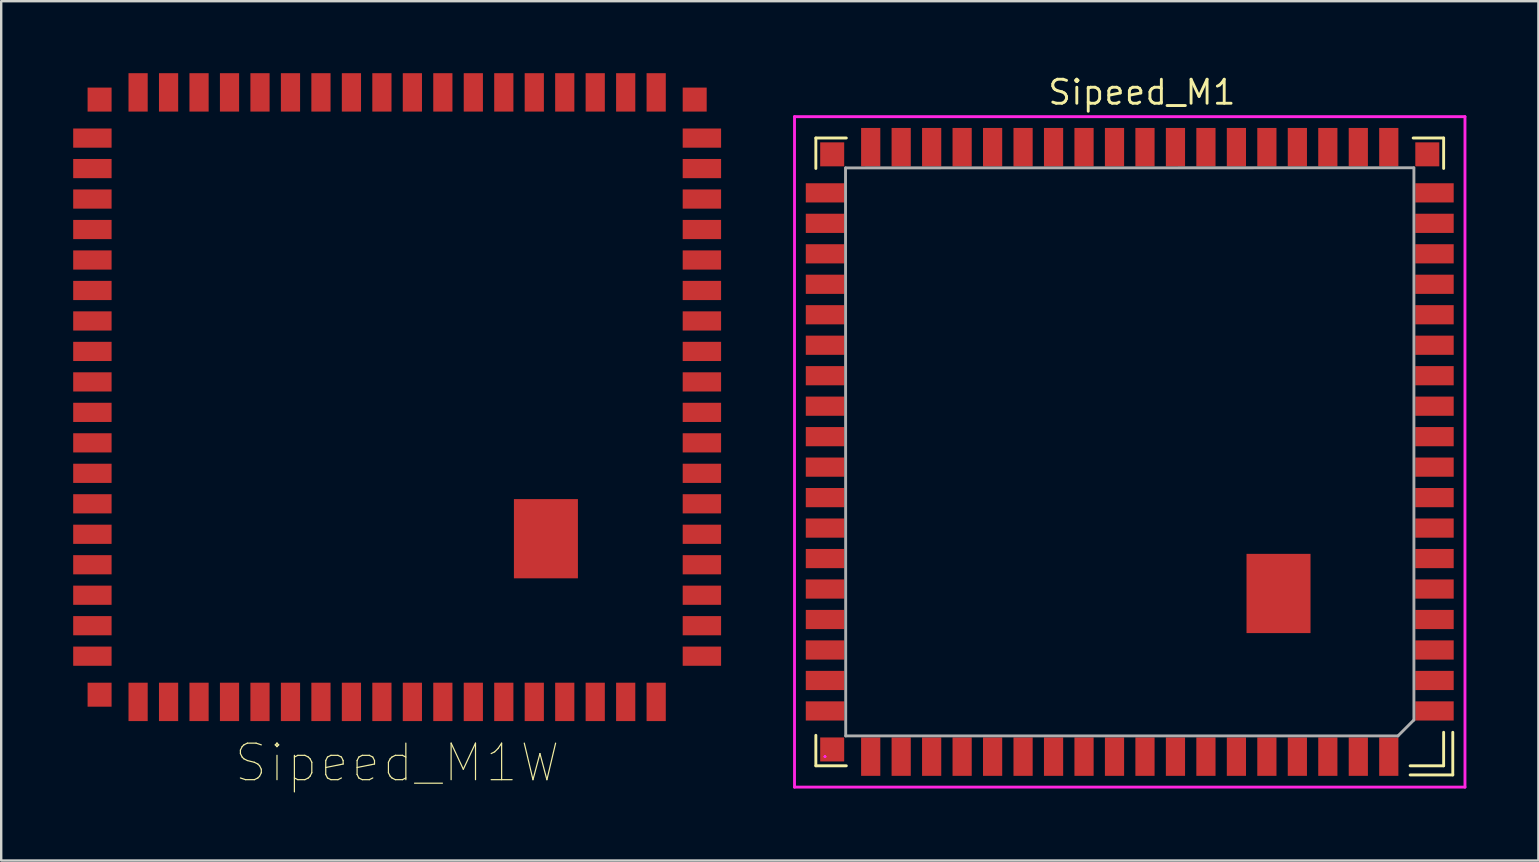
<source format=kicad_pcb>
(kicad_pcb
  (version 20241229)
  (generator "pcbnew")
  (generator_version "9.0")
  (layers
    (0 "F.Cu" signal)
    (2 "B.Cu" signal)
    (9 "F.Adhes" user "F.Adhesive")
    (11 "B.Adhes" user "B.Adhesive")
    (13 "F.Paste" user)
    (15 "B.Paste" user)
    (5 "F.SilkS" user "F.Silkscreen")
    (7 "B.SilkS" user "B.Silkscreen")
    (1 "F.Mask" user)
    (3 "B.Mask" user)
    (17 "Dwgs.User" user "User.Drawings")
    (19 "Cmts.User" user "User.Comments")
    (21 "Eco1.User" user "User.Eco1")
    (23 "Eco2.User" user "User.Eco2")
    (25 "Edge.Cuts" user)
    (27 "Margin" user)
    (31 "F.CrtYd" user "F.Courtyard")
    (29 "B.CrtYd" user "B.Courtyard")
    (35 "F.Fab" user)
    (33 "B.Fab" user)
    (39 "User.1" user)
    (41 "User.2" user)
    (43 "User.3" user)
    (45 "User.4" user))
  (footprint "Sipeed_M1"
    (layer "F.Cu")
    (at 31.33 28.482)
    (property "Reference" "Sipeed_M1" (at 13.208 -27.686 0) (layer "F.SilkS") (effects (font (size 1 1) (thickness 0.12))))
    (attr smd)
    (fp_line (start -0.381 -25.781) (end -0.381 -24.511) (stroke (width 0.12) (type solid)) (layer "F.SilkS"))
    (fp_line (start -0.381 -25.781) (end 0.889 -25.781) (stroke (width 0.12) (type solid)) (layer "F.SilkS"))
    (fp_line (start -0.381 0.381) (end -0.381 -0.889) (stroke (width 0.12) (type solid)) (layer "F.SilkS"))
    (fp_line (start -0.381 0.381) (end 0.889 0.381) (stroke (width 0.12) (type solid)) (layer "F.SilkS"))
    (fp_line (start 25.781 -25.781) (end 24.511 -25.781) (stroke (width 0.12) (type solid)) (layer "F.SilkS"))
    (fp_line (start 25.781 -25.781) (end 25.781 -24.511) (stroke (width 0.12) (type solid)) (layer "F.SilkS"))
    (fp_line (start 25.781 0.381) (end 24.384 0.381) (stroke (width 0.12) (type solid)) (layer "F.SilkS"))
    (fp_line (start 25.781 0.381) (end 25.781 -1.016) (stroke (width 0.12) (type solid)) (layer "F.SilkS"))
    (fp_line (start 26.162 0.762) (end 24.384 0.762) (stroke (width 0.12) (type solid)) (layer "F.SilkS"))
    (fp_line (start 26.162 0.762) (end 26.162 -1.016) (stroke (width 0.12) (type solid)) (layer "F.SilkS"))
    (fp_line (start -1.27 -26.67) (end 26.67 -26.67) (stroke (width 0.12) (type solid)) (layer "F.CrtYd"))
    (fp_line (start -1.27 1.27) (end -1.27 -26.67) (stroke (width 0.12) (type solid)) (layer "F.CrtYd"))
    (fp_line (start 0 0) (end 0 0) (stroke (width 0.1) (type solid)) (layer "F.CrtYd"))
    (fp_line (start 0 0) (end 0 0) (stroke (width 0.1) (type solid)) (layer "F.CrtYd"))
    (fp_line (start 0 0) (end 0 0) (stroke (width 0.1) (type solid)) (layer "F.CrtYd"))
    (fp_line (start 0 0) (end 0 0) (stroke (width 0.1) (type solid)) (layer "F.CrtYd"))
    (fp_line (start 0 0) (end 0 0) (stroke (width 0.1) (type solid)) (layer "F.CrtYd"))
    (fp_line (start 0 0) (end 0 0) (stroke (width 0.1) (type solid)) (layer "F.CrtYd"))
    (fp_line (start 0 0) (end 0 0) (stroke (width 0.1) (type solid)) (layer "F.CrtYd"))
    (fp_line (start 0 0) (end 0 0) (stroke (width 0.1) (type solid)) (layer "F.CrtYd"))
    (fp_line (start 26.67 -26.67) (end 26.67 1.27) (stroke (width 0.12) (type solid)) (layer "F.CrtYd"))
    (fp_line (start 26.67 1.27) (end -1.27 1.27) (stroke (width 0.12) (type solid)) (layer "F.CrtYd"))
    (fp_line (start 0.864 -24.536) (end 24.536 -24.541) (stroke (width 0.12) (type solid)) (layer "F.Fab"))
    (fp_line (start 0.864 -0.864) (end 0.856 -24.536) (stroke (width 0.12) (type solid)) (layer "F.Fab"))
    (fp_line (start 23.876 -0.864) (end 0.864 -0.864) (stroke (width 0.12) (type solid)) (layer "F.Fab"))
    (fp_line (start 24.536 -1.524) (end 23.876 -0.864) (stroke (width 0.12) (type solid)) (layer "F.Fab"))
    (fp_line (start 24.542 -24.536) (end 24.542 -1.524) (stroke (width 0.12) (type solid)) (layer "F.Fab"))
    (pad "0" smd rect (at 0.3 -25.1 270) (size 1 1) (layers "F.Cu" "F.Mask" "F.Paste"))
    (pad "0" smd rect (at 0.3 -0.3 270) (size 1 1) (layers "F.Cu" "F.Mask" "F.Paste"))
    (pad "0" smd rect (at 18.9 -6.8 270) (size 3.302 2.667) (layers "F.Cu" "F.Mask" "F.Paste"))
    (pad "0" smd rect (at 25.1 -25.1 270) (size 1 1) (layers "F.Cu" "F.Mask" "F.Paste"))
    (pad "1" smd rect (at 25.4 -1.905 270) (size 0.8 1.6) (layers "F.Cu" "F.Mask" "F.Paste"))
    (pad "2" smd rect (at 25.4 -3.175 270) (size 0.8 1.6) (layers "F.Cu" "F.Mask" "F.Paste"))
    (pad "3" smd rect (at 25.4 -4.445 270) (size 0.8 1.6) (layers "F.Cu" "F.Mask" "F.Paste"))
    (pad "4" smd rect (at 25.4 -5.715 270) (size 0.8 1.6) (layers "F.Cu" "F.Mask" "F.Paste"))
    (pad "5" smd rect (at 25.4 -6.985 270) (size 0.8 1.6) (layers "F.Cu" "F.Mask" "F.Paste"))
    (pad "6" smd rect (at 25.4 -8.255 270) (size 0.8 1.6) (layers "F.Cu" "F.Mask" "F.Paste"))
    (pad "7" smd rect (at 25.4 -9.525 270) (size 0.8 1.6) (layers "F.Cu" "F.Mask" "F.Paste"))
    (pad "8" smd rect (at 25.4 -10.795 270) (size 0.8 1.6) (layers "F.Cu" "F.Mask" "F.Paste"))
    (pad "9" smd rect (at 25.4 -12.065 270) (size 0.8 1.6) (layers "F.Cu" "F.Mask" "F.Paste"))
    (pad "10" smd rect (at 25.4 -13.335 270) (size 0.8 1.6) (layers "F.Cu" "F.Mask" "F.Paste"))
    (pad "11" smd rect (at 25.4 -14.605 270) (size 0.8 1.6) (layers "F.Cu" "F.Mask" "F.Paste"))
    (pad "12" smd rect (at 25.4 -15.875 270) (size 0.8 1.6) (layers "F.Cu" "F.Mask" "F.Paste"))
    (pad "13" smd rect (at 25.4 -17.145 270) (size 0.8 1.6) (layers "F.Cu" "F.Mask" "F.Paste"))
    (pad "14" smd rect (at 25.4 -18.415 270) (size 0.8 1.6) (layers "F.Cu" "F.Mask" "F.Paste"))
    (pad "15" smd rect (at 25.4 -19.685 270) (size 0.8 1.6) (layers "F.Cu" "F.Mask" "F.Paste"))
    (pad "16" smd rect (at 25.4 -20.955 270) (size 0.8 1.6) (layers "F.Cu" "F.Mask" "F.Paste"))
    (pad "17" smd rect (at 25.4 -22.225 270) (size 0.8 1.6) (layers "F.Cu" "F.Mask" "F.Paste"))
    (pad "18" smd rect (at 25.4 -23.495 270) (size 0.8 1.6) (layers "F.Cu" "F.Mask" "F.Paste"))
    (pad "19" smd rect (at 23.495 -25.4) (size 0.8 1.6) (layers "F.Cu" "F.Mask" "F.Paste"))
    (pad "20" smd rect (at 22.225 -25.4) (size 0.8 1.6) (layers "F.Cu" "F.Mask" "F.Paste"))
    (pad "21" smd rect (at 20.955 -25.4) (size 0.8 1.6) (layers "F.Cu" "F.Mask" "F.Paste"))
    (pad "22" smd rect (at 19.685 -25.4) (size 0.8 1.6) (layers "F.Cu" "F.Mask" "F.Paste"))
    (pad "23" smd rect (at 18.415 -25.4) (size 0.8 1.6) (layers "F.Cu" "F.Mask" "F.Paste"))
    (pad "24" smd rect (at 17.145 -25.4) (size 0.8 1.6) (layers "F.Cu" "F.Mask" "F.Paste"))
    (pad "25" smd rect (at 15.875 -25.4) (size 0.8 1.6) (layers "F.Cu" "F.Mask" "F.Paste"))
    (pad "26" smd rect (at 14.605 -25.4) (size 0.8 1.6) (layers "F.Cu" "F.Mask" "F.Paste"))
    (pad "27" smd rect (at 13.335 -25.4) (size 0.8 1.6) (layers "F.Cu" "F.Mask" "F.Paste"))
    (pad "28" smd rect (at 12.065 -25.4) (size 0.8 1.6) (layers "F.Cu" "F.Mask" "F.Paste"))
    (pad "29" smd rect (at 10.795 -25.4) (size 0.8 1.6) (layers "F.Cu" "F.Mask" "F.Paste"))
    (pad "30" smd rect (at 9.525 -25.4) (size 0.8 1.6) (layers "F.Cu" "F.Mask" "F.Paste"))
    (pad "31" smd rect (at 8.255 -25.4) (size 0.8 1.6) (layers "F.Cu" "F.Mask" "F.Paste"))
    (pad "32" smd rect (at 6.985 -25.4) (size 0.8 1.6) (layers "F.Cu" "F.Mask" "F.Paste"))
    (pad "33" smd rect (at 5.715 -25.4) (size 0.8 1.6) (layers "F.Cu" "F.Mask" "F.Paste"))
    (pad "34" smd rect (at 4.445 -25.4) (size 0.8 1.6) (layers "F.Cu" "F.Mask" "F.Paste"))
    (pad "35" smd rect (at 3.175 -25.4) (size 0.8 1.6) (layers "F.Cu" "F.Mask" "F.Paste"))
    (pad "36" smd rect (at 1.905 -25.4) (size 0.8 1.6) (layers "F.Cu" "F.Mask" "F.Paste"))
    (pad "37" smd rect (at 0 -23.495 270) (size 0.8 1.6) (layers "F.Cu" "F.Mask" "F.Paste"))
    (pad "38" smd rect (at 0 -22.225 270) (size 0.8 1.6) (layers "F.Cu" "F.Mask" "F.Paste"))
    (pad "39" smd rect (at 0 -20.955 270) (size 0.8 1.6) (layers "F.Cu" "F.Mask" "F.Paste"))
    (pad "40" smd rect (at 0 -19.685 270) (size 0.8 1.6) (layers "F.Cu" "F.Mask" "F.Paste"))
    (pad "41" smd rect (at 0 -18.415 270) (size 0.8 1.6) (layers "F.Cu" "F.Mask" "F.Paste"))
    (pad "42" smd rect (at 0 -17.145 270) (size 0.8 1.6) (layers "F.Cu" "F.Mask" "F.Paste"))
    (pad "43" smd rect (at 0 -15.875 270) (size 0.8 1.6) (layers "F.Cu" "F.Mask" "F.Paste"))
    (pad "44" smd rect (at 0 -14.605 270) (size 0.8 1.6) (layers "F.Cu" "F.Mask" "F.Paste"))
    (pad "45" smd rect (at 0 -13.335 270) (size 0.8 1.6) (layers "F.Cu" "F.Mask" "F.Paste"))
    (pad "46" smd rect (at 0 -12.065 270) (size 0.8 1.6) (layers "F.Cu" "F.Mask" "F.Paste"))
    (pad "47" smd rect (at 0 -10.795 270) (size 0.8 1.6) (layers "F.Cu" "F.Mask" "F.Paste"))
    (pad "48" smd rect (at 0 -9.525 270) (size 0.8 1.6) (layers "F.Cu" "F.Mask" "F.Paste"))
    (pad "49" smd rect (at 0 -8.255 270) (size 0.8 1.6) (layers "F.Cu" "F.Mask" "F.Paste"))
    (pad "50" smd rect (at 0 -6.985 270) (size 0.8 1.6) (layers "F.Cu" "F.Mask" "F.Paste"))
    (pad "51" smd rect (at 0 -5.715 270) (size 0.8 1.6) (layers "F.Cu" "F.Mask" "F.Paste"))
    (pad "52" smd rect (at 0 -4.445 270) (size 0.8 1.6) (layers "F.Cu" "F.Mask" "F.Paste"))
    (pad "53" smd rect (at 0 -3.175 270) (size 0.8 1.6) (layers "F.Cu" "F.Mask" "F.Paste"))
    (pad "54" smd rect (at 0 -1.905 270) (size 0.8 1.6) (layers "F.Cu" "F.Mask" "F.Paste"))
    (pad "55" smd rect (at 1.905 0) (size 0.8 1.6) (layers "F.Cu" "F.Mask" "F.Paste"))
    (pad "56" smd rect (at 3.175 0) (size 0.8 1.6) (layers "F.Cu" "F.Mask" "F.Paste"))
    (pad "57" smd rect (at 4.445 0) (size 0.8 1.6) (layers "F.Cu" "F.Mask" "F.Paste"))
    (pad "58" smd rect (at 5.715 0) (size 0.8 1.6) (layers "F.Cu" "F.Mask" "F.Paste"))
    (pad "59" smd rect (at 6.985 0) (size 0.8 1.6) (layers "F.Cu" "F.Mask" "F.Paste"))
    (pad "60" smd rect (at 8.255 0) (size 0.8 1.6) (layers "F.Cu" "F.Mask" "F.Paste"))
    (pad "61" smd rect (at 9.525 0) (size 0.8 1.6) (layers "F.Cu" "F.Mask" "F.Paste"))
    (pad "62" smd rect (at 10.795 0) (size 0.8 1.6) (layers "F.Cu" "F.Mask" "F.Paste"))
    (pad "63" smd rect (at 12.065 0) (size 0.8 1.6) (layers "F.Cu" "F.Mask" "F.Paste"))
    (pad "64" smd rect (at 13.335 0) (size 0.8 1.6) (layers "F.Cu" "F.Mask" "F.Paste"))
    (pad "65" smd rect (at 14.605 0) (size 0.8 1.6) (layers "F.Cu" "F.Mask" "F.Paste"))
    (pad "66" smd rect (at 15.875 0) (size 0.8 1.6) (layers "F.Cu" "F.Mask" "F.Paste"))
    (pad "67" smd rect (at 17.145 0) (size 0.8 1.6) (layers "F.Cu" "F.Mask" "F.Paste"))
    (pad "68" smd rect (at 18.415 0) (size 0.8 1.6) (layers "F.Cu" "F.Mask" "F.Paste"))
    (pad "69" smd rect (at 19.685 0) (size 0.8 1.6) (layers "F.Cu" "F.Mask" "F.Paste"))
    (pad "70" smd rect (at 20.955 0) (size 0.8 1.6) (layers "F.Cu" "F.Mask" "F.Paste"))
    (pad "71" smd rect (at 22.225 0) (size 0.8 1.6) (layers "F.Cu" "F.Mask" "F.Paste"))
    (pad "72" smd rect (at 23.495 0) (size 0.8 1.6) (layers "F.Cu" "F.Mask" "F.Paste")))
  (footprint "Sipeed_M1W"
    (layer "F.Cu")
    (at 0.8 26.2)
    (property "Reference" "Sipeed_M1W" (at 12.7 2.54 0) (layer "F.SilkS") (effects (font (size 1.524 1.524) (thickness 0.05))))
    (attr smd)
    (pad "0" smd rect (at 0.3 -25.1 270) (size 1 1) (layers "F.Cu" "F.Mask" "F.Paste"))
    (pad "0" smd rect (at 0.3 -0.3 270) (size 1 1) (layers "F.Cu" "F.Mask" "F.Paste"))
    (pad "0" smd rect (at 18.9 -6.8 270) (size 3.302 2.667) (layers "F.Cu" "F.Mask" "F.Paste"))
    (pad "0" smd rect (at 25.1 -25.1 270) (size 1 1) (layers "F.Cu" "F.Mask" "F.Paste"))
    (pad "1" smd rect (at 25.4 -1.905 270) (size 0.8 1.6) (layers "F.Cu" "F.Mask" "F.Paste"))
    (pad "2" smd rect (at 25.4 -3.175 270) (size 0.8 1.6) (layers "F.Cu" "F.Mask" "F.Paste"))
    (pad "3" smd rect (at 25.4 -4.445 270) (size 0.8 1.6) (layers "F.Cu" "F.Mask" "F.Paste"))
    (pad "4" smd rect (at 25.4 -5.715 270) (size 0.8 1.6) (layers "F.Cu" "F.Mask" "F.Paste"))
    (pad "5" smd rect (at 25.4 -6.985 270) (size 0.8 1.6) (layers "F.Cu" "F.Mask" "F.Paste"))
    (pad "6" smd rect (at 25.4 -8.255 270) (size 0.8 1.6) (layers "F.Cu" "F.Mask" "F.Paste"))
    (pad "7" smd rect (at 25.4 -9.525 270) (size 0.8 1.6) (layers "F.Cu" "F.Mask" "F.Paste"))
    (pad "8" smd rect (at 25.4 -10.795 270) (size 0.8 1.6) (layers "F.Cu" "F.Mask" "F.Paste"))
    (pad "9" smd rect (at 25.4 -12.065 270) (size 0.8 1.6) (layers "F.Cu" "F.Mask" "F.Paste"))
    (pad "10" smd rect (at 25.4 -13.335 270) (size 0.8 1.6) (layers "F.Cu" "F.Mask" "F.Paste"))
    (pad "11" smd rect (at 25.4 -14.605 270) (size 0.8 1.6) (layers "F.Cu" "F.Mask" "F.Paste"))
    (pad "12" smd rect (at 25.4 -15.875 270) (size 0.8 1.6) (layers "F.Cu" "F.Mask" "F.Paste"))
    (pad "13" smd rect (at 25.4 -17.145 270) (size 0.8 1.6) (layers "F.Cu" "F.Mask" "F.Paste"))
    (pad "14" smd rect (at 25.4 -18.415 270) (size 0.8 1.6) (layers "F.Cu" "F.Mask" "F.Paste"))
    (pad "15" smd rect (at 25.4 -19.685 270) (size 0.8 1.6) (layers "F.Cu" "F.Mask" "F.Paste"))
    (pad "16" smd rect (at 25.4 -20.955 270) (size 0.8 1.6) (layers "F.Cu" "F.Mask" "F.Paste"))
    (pad "17" smd rect (at 25.4 -22.225 270) (size 0.8 1.6) (layers "F.Cu" "F.Mask" "F.Paste"))
    (pad "18" smd rect (at 25.4 -23.495 270) (size 0.8 1.6) (layers "F.Cu" "F.Mask" "F.Paste"))
    (pad "19" smd rect (at 23.495 -25.4) (size 0.8 1.6) (layers "F.Cu" "F.Mask" "F.Paste"))
    (pad "20" smd rect (at 22.225 -25.4) (size 0.8 1.6) (layers "F.Cu" "F.Mask" "F.Paste"))
    (pad "21" smd rect (at 20.955 -25.4) (size 0.8 1.6) (layers "F.Cu" "F.Mask" "F.Paste"))
    (pad "22" smd rect (at 19.685 -25.4) (size 0.8 1.6) (layers "F.Cu" "F.Mask" "F.Paste"))
    (pad "23" smd rect (at 18.415 -25.4) (size 0.8 1.6) (layers "F.Cu" "F.Mask" "F.Paste"))
    (pad "24" smd rect (at 17.145 -25.4) (size 0.8 1.6) (layers "F.Cu" "F.Mask" "F.Paste"))
    (pad "25" smd rect (at 15.875 -25.4) (size 0.8 1.6) (layers "F.Cu" "F.Mask" "F.Paste"))
    (pad "26" smd rect (at 14.605 -25.4) (size 0.8 1.6) (layers "F.Cu" "F.Mask" "F.Paste"))
    (pad "27" smd rect (at 13.335 -25.4) (size 0.8 1.6) (layers "F.Cu" "F.Mask" "F.Paste"))
    (pad "28" smd rect (at 12.065 -25.4) (size 0.8 1.6) (layers "F.Cu" "F.Mask" "F.Paste"))
    (pad "29" smd rect (at 10.795 -25.4) (size 0.8 1.6) (layers "F.Cu" "F.Mask" "F.Paste"))
    (pad "30" smd rect (at 9.525 -25.4) (size 0.8 1.6) (layers "F.Cu" "F.Mask" "F.Paste"))
    (pad "31" smd rect (at 8.255 -25.4) (size 0.8 1.6) (layers "F.Cu" "F.Mask" "F.Paste"))
    (pad "32" smd rect (at 6.985 -25.4) (size 0.8 1.6) (layers "F.Cu" "F.Mask" "F.Paste"))
    (pad "33" smd rect (at 5.715 -25.4) (size 0.8 1.6) (layers "F.Cu" "F.Mask" "F.Paste"))
    (pad "34" smd rect (at 4.445 -25.4) (size 0.8 1.6) (layers "F.Cu" "F.Mask" "F.Paste"))
    (pad "35" smd rect (at 3.175 -25.4) (size 0.8 1.6) (layers "F.Cu" "F.Mask" "F.Paste"))
    (pad "36" smd rect (at 1.905 -25.4) (size 0.8 1.6) (layers "F.Cu" "F.Mask" "F.Paste"))
    (pad "37" smd rect (at 0 -23.495 270) (size 0.8 1.6) (layers "F.Cu" "F.Mask" "F.Paste"))
    (pad "38" smd rect (at 0 -22.225 270) (size 0.8 1.6) (layers "F.Cu" "F.Mask" "F.Paste"))
    (pad "39" smd rect (at 0 -20.955 270) (size 0.8 1.6) (layers "F.Cu" "F.Mask" "F.Paste"))
    (pad "40" smd rect (at 0 -19.685 270) (size 0.8 1.6) (layers "F.Cu" "F.Mask" "F.Paste"))
    (pad "41" smd rect (at 0 -18.415 270) (size 0.8 1.6) (layers "F.Cu" "F.Mask" "F.Paste"))
    (pad "42" smd rect (at 0 -17.145 270) (size 0.8 1.6) (layers "F.Cu" "F.Mask" "F.Paste"))
    (pad "43" smd rect (at 0 -15.875 270) (size 0.8 1.6) (layers "F.Cu" "F.Mask" "F.Paste"))
    (pad "44" smd rect (at 0 -14.605 270) (size 0.8 1.6) (layers "F.Cu" "F.Mask" "F.Paste"))
    (pad "45" smd rect (at 0 -13.335 270) (size 0.8 1.6) (layers "F.Cu" "F.Mask" "F.Paste"))
    (pad "46" smd rect (at 0 -12.065 270) (size 0.8 1.6) (layers "F.Cu" "F.Mask" "F.Paste"))
    (pad "47" smd rect (at 0 -10.795 270) (size 0.8 1.6) (layers "F.Cu" "F.Mask" "F.Paste"))
    (pad "48" smd rect (at 0 -9.525 270) (size 0.8 1.6) (layers "F.Cu" "F.Mask" "F.Paste"))
    (pad "49" smd rect (at 0 -8.255 270) (size 0.8 1.6) (layers "F.Cu" "F.Mask" "F.Paste"))
    (pad "50" smd rect (at 0 -6.985 270) (size 0.8 1.6) (layers "F.Cu" "F.Mask" "F.Paste"))
    (pad "51" smd rect (at 0 -5.715 270) (size 0.8 1.6) (layers "F.Cu" "F.Mask" "F.Paste"))
    (pad "52" smd rect (at 0 -4.445 270) (size 0.8 1.6) (layers "F.Cu" "F.Mask" "F.Paste"))
    (pad "53" smd rect (at 0 -3.175 270) (size 0.8 1.6) (layers "F.Cu" "F.Mask" "F.Paste"))
    (pad "54" smd rect (at 0 -1.905 270) (size 0.8 1.6) (layers "F.Cu" "F.Mask" "F.Paste"))
    (pad "55" smd rect (at 1.905 0) (size 0.8 1.6) (layers "F.Cu" "F.Mask" "F.Paste"))
    (pad "56" smd rect (at 3.175 0) (size 0.8 1.6) (layers "F.Cu" "F.Mask" "F.Paste"))
    (pad "57" smd rect (at 4.445 0) (size 0.8 1.6) (layers "F.Cu" "F.Mask" "F.Paste"))
    (pad "58" smd rect (at 5.715 0) (size 0.8 1.6) (layers "F.Cu" "F.Mask" "F.Paste"))
    (pad "59" smd rect (at 6.985 0) (size 0.8 1.6) (layers "F.Cu" "F.Mask" "F.Paste"))
    (pad "60" smd rect (at 8.255 0) (size 0.8 1.6) (layers "F.Cu" "F.Mask" "F.Paste"))
    (pad "61" smd rect (at 9.525 0) (size 0.8 1.6) (layers "F.Cu" "F.Mask" "F.Paste"))
    (pad "62" smd rect (at 10.795 0) (size 0.8 1.6) (layers "F.Cu" "F.Mask" "F.Paste"))
    (pad "63" smd rect (at 12.065 0) (size 0.8 1.6) (layers "F.Cu" "F.Mask" "F.Paste"))
    (pad "64" smd rect (at 13.335 0) (size 0.8 1.6) (layers "F.Cu" "F.Mask" "F.Paste"))
    (pad "65" smd rect (at 14.605 0) (size 0.8 1.6) (layers "F.Cu" "F.Mask" "F.Paste"))
    (pad "66" smd rect (at 15.875 0) (size 0.8 1.6) (layers "F.Cu" "F.Mask" "F.Paste"))
    (pad "67" smd rect (at 17.145 0) (size 0.8 1.6) (layers "F.Cu" "F.Mask" "F.Paste"))
    (pad "68" smd rect (at 18.415 0) (size 0.8 1.6) (layers "F.Cu" "F.Mask" "F.Paste"))
    (pad "69" smd rect (at 19.685 0) (size 0.8 1.6) (layers "F.Cu" "F.Mask" "F.Paste"))
    (pad "70" smd rect (at 20.955 0) (size 0.8 1.6) (layers "F.Cu" "F.Mask" "F.Paste"))
    (pad "71" smd rect (at 22.225 0) (size 0.8 1.6) (layers "F.Cu" "F.Mask" "F.Paste"))
    (pad "72" smd rect (at 23.495 0) (size 0.8 1.6) (layers "F.Cu" "F.Mask" "F.Paste")))
  (gr_rect
    (start -3 -3)
    (end 61.06 32.812)
    (stroke (width 0.1) (type default))
    (fill no)
    (layer "Edge.Cuts")))
</source>
